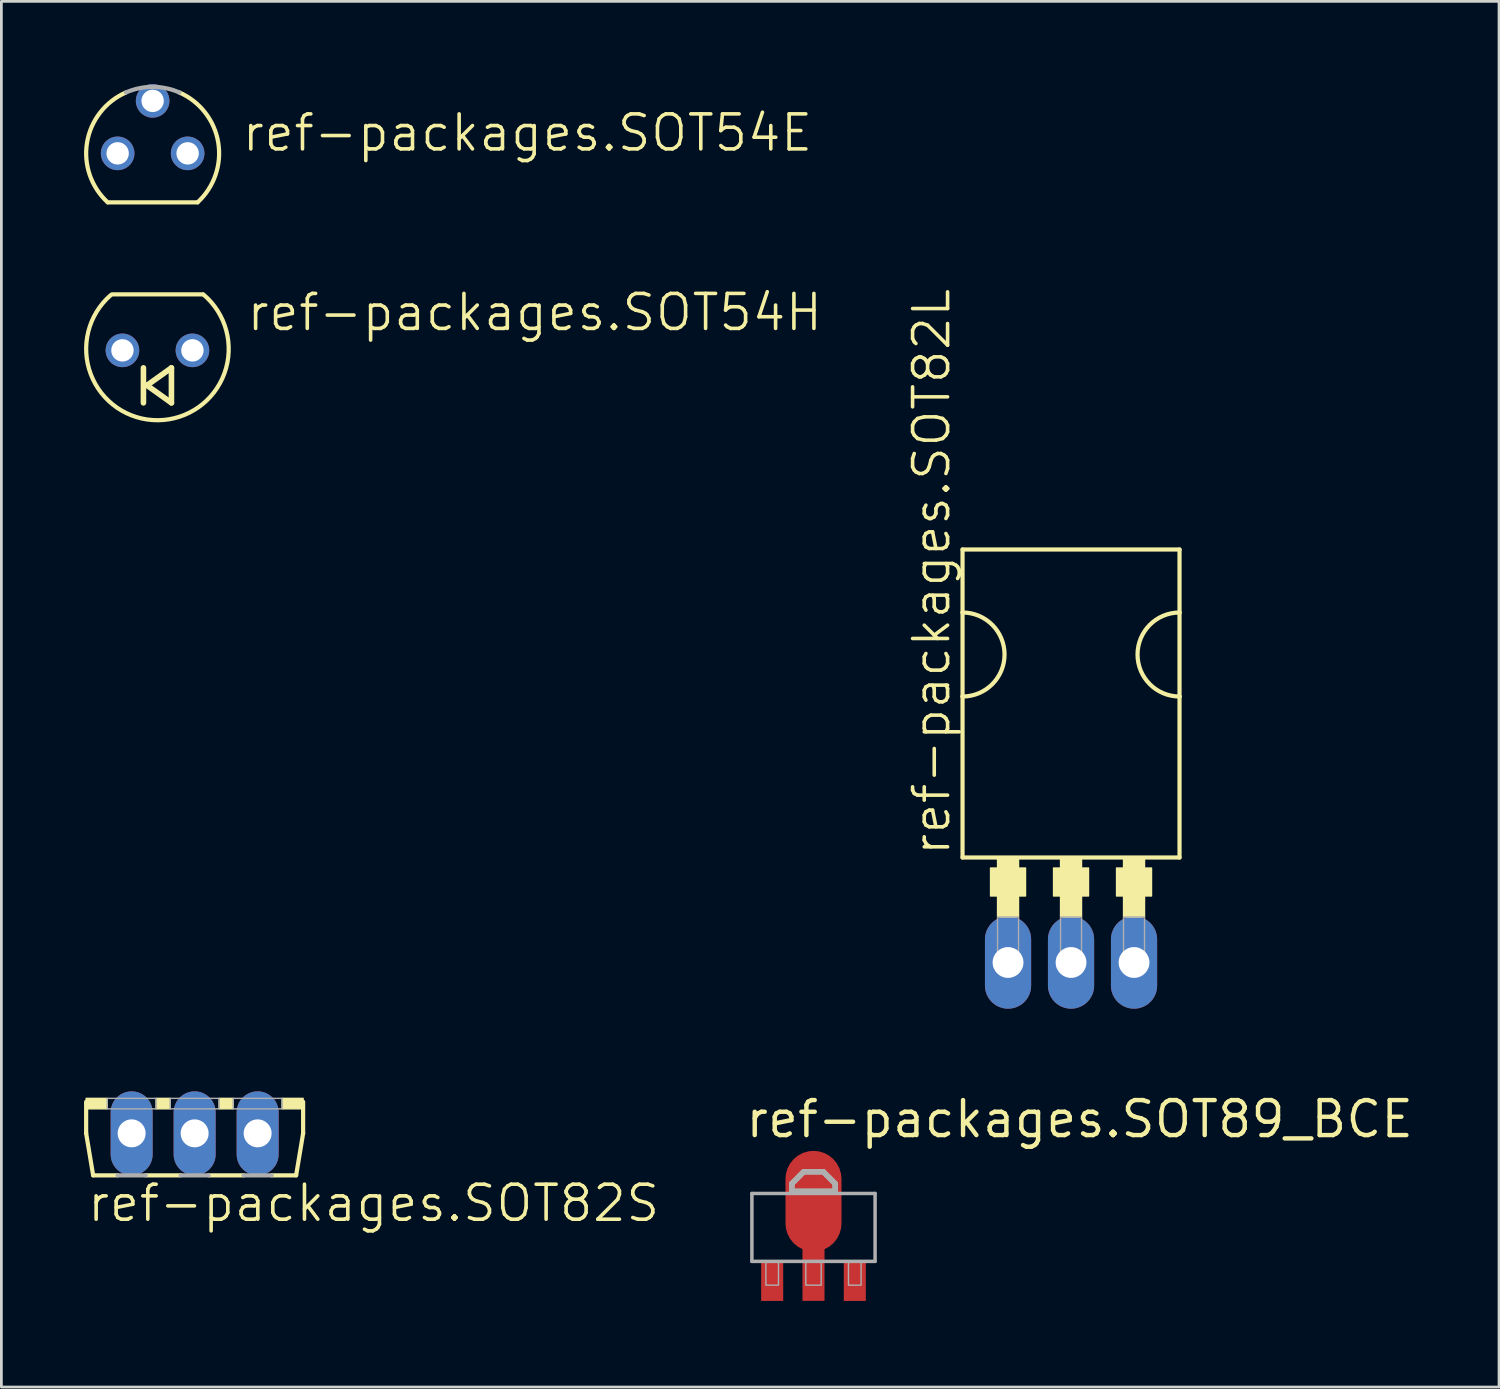
<source format=kicad_pcb>
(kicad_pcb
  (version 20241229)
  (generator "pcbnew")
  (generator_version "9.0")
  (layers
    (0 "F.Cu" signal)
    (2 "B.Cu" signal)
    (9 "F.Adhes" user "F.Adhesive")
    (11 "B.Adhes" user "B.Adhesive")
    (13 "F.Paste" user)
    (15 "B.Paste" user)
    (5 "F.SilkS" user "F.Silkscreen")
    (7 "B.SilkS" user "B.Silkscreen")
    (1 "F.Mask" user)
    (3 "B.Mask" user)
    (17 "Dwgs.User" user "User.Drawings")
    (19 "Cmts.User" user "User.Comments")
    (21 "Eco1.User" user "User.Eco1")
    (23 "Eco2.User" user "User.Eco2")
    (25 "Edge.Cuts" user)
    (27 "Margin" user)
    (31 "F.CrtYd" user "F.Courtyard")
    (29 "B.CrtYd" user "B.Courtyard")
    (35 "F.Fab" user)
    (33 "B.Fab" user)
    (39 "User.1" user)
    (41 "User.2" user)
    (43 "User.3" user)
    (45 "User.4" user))
  (footprint "ref-packages.SOT54E"
    (layer "F.Cu")
    (at 2.489 2.515)
    (property "Reference" "ref-packages.SOT54E" (at 3.175 0 0) (layer "F.SilkS") (effects (font (size 1.27 1.27) (thickness 0.13)) (justify left bottom)))
    (attr through_hole)
    (fp_line (start -1.631 1.778) (end 1.631 1.778) (stroke (width 0.152) (type default)) (layer "F.SilkS"))
    (fp_arc (start -1.631 1.778) (mid -2.380096 -0.395238) (end -0.9689 -2.2098) (stroke (width 0.1524) (type default)) (layer "F.SilkS"))
    (fp_arc (start 0.9689 -2.2098) (mid 2.380096 -0.395238) (end 1.631 1.778) (stroke (width 0.1524) (type default)) (layer "F.SilkS"))
    (fp_arc (start -0.9692 -2.2098) (mid 0 -2.412999) (end 0.9692 -2.2098) (stroke (width 0.1524) (type default)) (layer "F.Fab"))
    (pad "D" thru_hole circle (at -1.27 0) (size 1.219 1.219) (drill 0.813) (layers "*.Cu" "*.Mask"))
    (pad "G" thru_hole circle (at 0 -1.905) (size 1.219 1.219) (drill 0.813) (layers "*.Cu" "*.Mask"))
    (pad "S" thru_hole circle (at 1.27 0) (size 1.219 1.219) (drill 0.813) (layers "*.Cu" "*.Mask")))
  (footprint "ref-packages.SOT82L"
    (layer "F.Cu")
    (at 35.816 26.797)
    (property "Reference" "ref-packages.SOT82L" (at -4.318 1.27 90) (layer "F.SilkS") (effects (font (size 1.27 1.27) (thickness 0.13)) (justify left bottom)))
    (attr through_hole)
    (fp_line (start -3.937 -9.906) (end 3.937 -9.906) (stroke (width 0.152) (type default)) (layer "F.SilkS"))
    (fp_line (start -3.937 -7.62) (end -3.937 -9.906) (stroke (width 0.152) (type default)) (layer "F.SilkS"))
    (fp_line (start -3.937 -4.572) (end -3.937 -7.62) (stroke (width 0.152) (type default)) (layer "F.SilkS"))
    (fp_line (start -3.937 1.27) (end -3.937 -4.572) (stroke (width 0.152) (type default)) (layer "F.SilkS"))
    (fp_line (start -3.937 1.27) (end 3.937 1.27) (stroke (width 0.152) (type default)) (layer "F.SilkS"))
    (fp_line (start 3.937 -9.906) (end 3.937 -7.62) (stroke (width 0.152) (type default)) (layer "F.SilkS"))
    (fp_line (start 3.937 -7.62) (end 3.937 -4.572) (stroke (width 0.152) (type default)) (layer "F.SilkS"))
    (fp_line (start 3.937 -4.572) (end 3.937 1.27) (stroke (width 0.152) (type default)) (layer "F.SilkS"))
    (fp_rect (start -2.921 2.667) (end -1.651 1.651) (stroke (width 0.05) (type default)) (fill yes) (layer "F.SilkS"))
    (fp_rect (start -2.667 3.429) (end -1.905 1.27) (stroke (width 0.05) (type default)) (fill yes) (layer "F.SilkS"))
    (fp_rect (start -0.635 2.667) (end 0.635 1.651) (stroke (width 0.05) (type default)) (fill yes) (layer "F.SilkS"))
    (fp_rect (start -0.381 3.429) (end 0.381 1.27) (stroke (width 0.05) (type default)) (fill yes) (layer "F.SilkS"))
    (fp_rect (start 1.651 2.667) (end 2.921 1.651) (stroke (width 0.05) (type default)) (fill yes) (layer "F.SilkS"))
    (fp_rect (start 1.905 3.429) (end 2.667 1.27) (stroke (width 0.05) (type default)) (fill yes) (layer "F.SilkS"))
    (fp_arc (start -3.937 -7.62) (mid -2.413 -6.096) (end -3.937 -4.572) (stroke (width 0.1524) (type default)) (layer "F.SilkS"))
    (fp_arc (start 3.937 -4.572) (mid 2.413 -6.096) (end 3.937 -7.62) (stroke (width 0.1524) (type default)) (layer "F.SilkS"))
    (fp_rect (start -2.667 4.953) (end -1.905 3.429) (stroke (width 0.05) (type default)) (fill no) (layer "F.Fab"))
    (fp_rect (start -0.381 4.953) (end 0.381 3.429) (stroke (width 0.05) (type default)) (fill no) (layer "F.Fab"))
    (fp_rect (start 1.905 4.953) (end 2.667 3.429) (stroke (width 0.05) (type default)) (fill no) (layer "F.Fab"))
    (pad "A1" thru_hole oval (at -2.286 5.08 90) (size 3.353 1.676) (drill 1.118) (layers "*.Cu" "*.Mask"))
    (pad "A2" thru_hole oval (at 2.286 5.08 90) (size 3.353 1.676) (drill 1.118) (layers "*.Cu" "*.Mask"))
    (pad "C" thru_hole oval (at 0 5.08 90) (size 3.353 1.676) (drill 1.118) (layers "*.Cu" "*.Mask")))
  (footprint "ref-packages.SOT54H"
    (layer "F.Cu")
    (at 2.663 9.664)
    (property "Reference" "ref-packages.SOT54H" (at 3.175 -0.635 0) (layer "F.SilkS") (effects (font (size 1.27 1.27) (thickness 0.13)) (justify left bottom)))
    (attr through_hole)
    (fp_line (start -0.508 1.905) (end -0.508 0.635) (stroke (width 0.203) (type default)) (layer "F.SilkS"))
    (fp_line (start -0.381 1.27) (end 0.508 1.905) (stroke (width 0.203) (type default)) (layer "F.SilkS"))
    (fp_line (start 0.508 0.635) (end -0.381 1.27) (stroke (width 0.203) (type default)) (layer "F.SilkS"))
    (fp_line (start 0.508 1.905) (end 0.508 0.635) (stroke (width 0.203) (type default)) (layer "F.SilkS"))
    (fp_line (start 1.651 -2.032) (end -1.651 -2.032) (stroke (width 0.152) (type default)) (layer "F.SilkS"))
    (fp_arc (start 1.671643 -2.024373) (mid 0.018696 2.53552) (end -1.7 -2) (stroke (width 0.1524) (type default)) (layer "F.SilkS"))
    (pad "A" thru_hole circle (at 1.27 0) (size 1.219 1.219) (drill 0.813) (layers "*.Cu" "*.Mask"))
    (pad "C" thru_hole circle (at -1.27 0) (size 1.219 1.219) (drill 0.813) (layers "*.Cu" "*.Mask")))
  (footprint "ref-packages.SOT82S"
    (layer "F.Cu")
    (at 4.013 36.807)
    (property "Reference" "ref-packages.SOT82S" (at -3.962 4.547 0) (layer "F.SilkS") (effects (font (size 1.27 1.27) (thickness 0.13)) (justify left bottom)))
    (attr through_hole)
    (fp_line (start -3.937 0.127) (end -3.937 1.27) (stroke (width 0.152) (type default)) (layer "F.SilkS"))
    (fp_line (start -3.937 1.27) (end -3.683 2.794) (stroke (width 0.152) (type default)) (layer "F.SilkS"))
    (fp_line (start -3.683 2.794) (end -2.794 2.794) (stroke (width 0.152) (type default)) (layer "F.SilkS"))
    (fp_line (start -1.778 2.794) (end -0.508 2.794) (stroke (width 0.152) (type default)) (layer "F.SilkS"))
    (fp_line (start 0.508 2.794) (end 1.778 2.794) (stroke (width 0.152) (type default)) (layer "F.SilkS"))
    (fp_line (start 2.794 2.794) (end 3.683 2.794) (stroke (width 0.152) (type default)) (layer "F.SilkS"))
    (fp_line (start 3.683 2.794) (end 3.937 1.27) (stroke (width 0.152) (type default)) (layer "F.SilkS"))
    (fp_line (start 3.937 1.27) (end 3.937 0.127) (stroke (width 0.152) (type default)) (layer "F.SilkS"))
    (fp_rect (start -3.937 0.381) (end -3.175 0) (stroke (width 0.05) (type default)) (fill yes) (layer "F.SilkS"))
    (fp_rect (start -1.397 0.381) (end -0.889 0) (stroke (width 0.05) (type default)) (fill yes) (layer "F.SilkS"))
    (fp_rect (start 0.889 0.381) (end 1.397 0) (stroke (width 0.05) (type default)) (fill yes) (layer "F.SilkS"))
    (fp_rect (start 3.175 0.381) (end 3.937 0) (stroke (width 0.05) (type default)) (fill yes) (layer "F.SilkS"))
    (fp_line (start -2.794 2.794) (end -1.778 2.794) (stroke (width 0.152) (type default)) (layer "F.Fab"))
    (fp_line (start -0.508 2.794) (end 0.508 2.794) (stroke (width 0.152) (type default)) (layer "F.Fab"))
    (fp_line (start 1.778 2.794) (end 2.794 2.794) (stroke (width 0.152) (type default)) (layer "F.Fab"))
    (fp_rect (start -3.175 0.381) (end -1.397 0) (stroke (width 0.05) (type default)) (fill no) (layer "F.Fab"))
    (fp_rect (start -0.889 0.381) (end 0.889 0) (stroke (width 0.05) (type default)) (fill no) (layer "F.Fab"))
    (fp_rect (start 1.397 0.381) (end 3.175 0) (stroke (width 0.05) (type default)) (fill no) (layer "F.Fab"))
    (pad "A" thru_hole oval (at 0 1.27 90) (size 3.048 1.524) (drill 1.016) (layers "*.Cu" "*.Mask"))
    (pad "C" thru_hole oval (at -2.286 1.27 90) (size 3.048 1.524) (drill 1.016) (layers "*.Cu" "*.Mask"))
    (pad "G" thru_hole oval (at 2.286 1.27 90) (size 3.048 1.524) (drill 1.016) (layers "*.Cu" "*.Mask")))
  (footprint "ref-packages.SOT89_BCE"
    (layer "F.Cu")
    (at 26.47 41.478)
    (property "Reference" "ref-packages.SOT89_BCE" (at -2.54 -3.175 0) (layer "F.SilkS") (effects (font (size 1.27 1.27) (thickness 0.16)) (justify left bottom)))
    (attr smd)
    (fp_rect (start -0.5 2.78) (end 0.5 1.18) (stroke (width 0.05) (type default)) (fill yes) (layer "F.Mask"))
    (fp_rect (start -0.4 2.68) (end 0.4 1.28) (stroke (width 0.05) (type default)) (fill yes) (layer "F.Paste"))
    (fp_line (start -2.235 -1.219) (end 2.235 -1.219) (stroke (width 0.127) (type default)) (layer "F.Fab"))
    (fp_line (start -2.235 1.245) (end -2.235 -1.219) (stroke (width 0.127) (type default)) (layer "F.Fab"))
    (fp_line (start -0.787 -1.575) (end -0.356 -2.007) (stroke (width 0.2) (type default)) (layer "F.Fab"))
    (fp_line (start -0.787 -1.295) (end -0.787 -1.575) (stroke (width 0.2) (type default)) (layer "F.Fab"))
    (fp_line (start -0.356 -2.007) (end 0.356 -2.007) (stroke (width 0.2) (type default)) (layer "F.Fab"))
    (fp_line (start 0.356 -2.007) (end 0.787 -1.575) (stroke (width 0.2) (type default)) (layer "F.Fab"))
    (fp_line (start 0.787 -1.575) (end 0.787 -1.295) (stroke (width 0.2) (type default)) (layer "F.Fab"))
    (fp_line (start 0.787 -1.295) (end -0.787 -1.295) (stroke (width 0.2) (type default)) (layer "F.Fab"))
    (fp_line (start 2.235 -1.219) (end 2.235 1.245) (stroke (width 0.127) (type default)) (layer "F.Fab"))
    (fp_line (start 2.235 1.245) (end -2.235 1.245) (stroke (width 0.127) (type default)) (layer "F.Fab"))
    (fp_rect (start -1.727 2.108) (end -1.27 1.27) (stroke (width 0.05) (type default)) (fill no) (layer "F.Fab"))
    (fp_rect (start -0.279 2.108) (end 0.279 1.27) (stroke (width 0.05) (type default)) (fill no) (layer "F.Fab"))
    (fp_rect (start 1.27 2.108) (end 1.727 1.27) (stroke (width 0.05) (type default)) (fill no) (layer "F.Fab"))
    (fp_poly (pts (xy -0.787 -1.321) (xy -0.787 -1.575) (xy -0.356 -2.007) (xy 0.305 -2.007) (xy 0.356 -2.007) (xy 0.787 -1.575) (xy 0.787 -1.295) (xy -0.787 -1.295)) (stroke (width 0.2) (type default)) (fill no) (layer "F.Fab"))
    (pad "B" smd roundrect (at -1.499 1.981) (size 0.8 1.4) (layers "F.Cu" "F.Mask" "F.Paste") (roundrect_rratio 0.01))
    (pad "C" smd roundrect (at 0 1.727) (size 0.8 1.9) (layers "F.Cu" "F.Mask" "F.Paste") (roundrect_rratio 0.01))
    (pad "C@1" smd roundrect (at 0 -0.94) (size 2.032 3.65) (layers "F.Cu" "F.Mask" "F.Paste") (roundrect_rratio 0.5))
    (pad "E" smd roundrect (at 1.499 1.981) (size 0.8 1.4) (layers "F.Cu" "F.Mask" "F.Paste") (roundrect_rratio 0.01)))
  (gr_rect
    (start -3 -3)
    (end 51.347 47.283)
    (stroke (width 0.1) (type default))
    (fill no)
    (layer "Edge.Cuts")))
</source>
